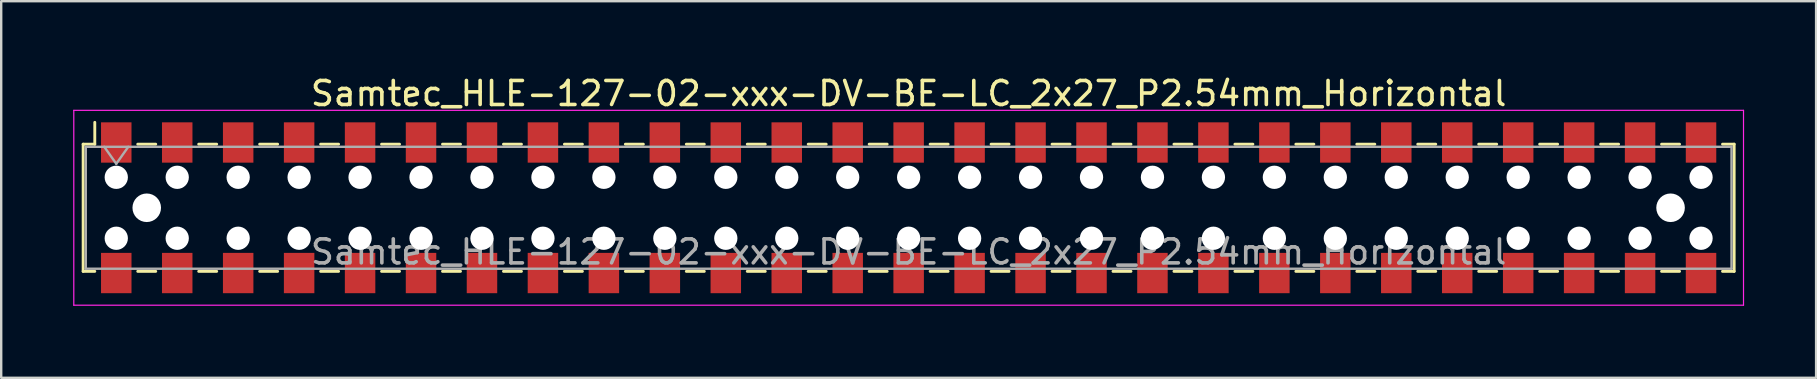
<source format=kicad_pcb>
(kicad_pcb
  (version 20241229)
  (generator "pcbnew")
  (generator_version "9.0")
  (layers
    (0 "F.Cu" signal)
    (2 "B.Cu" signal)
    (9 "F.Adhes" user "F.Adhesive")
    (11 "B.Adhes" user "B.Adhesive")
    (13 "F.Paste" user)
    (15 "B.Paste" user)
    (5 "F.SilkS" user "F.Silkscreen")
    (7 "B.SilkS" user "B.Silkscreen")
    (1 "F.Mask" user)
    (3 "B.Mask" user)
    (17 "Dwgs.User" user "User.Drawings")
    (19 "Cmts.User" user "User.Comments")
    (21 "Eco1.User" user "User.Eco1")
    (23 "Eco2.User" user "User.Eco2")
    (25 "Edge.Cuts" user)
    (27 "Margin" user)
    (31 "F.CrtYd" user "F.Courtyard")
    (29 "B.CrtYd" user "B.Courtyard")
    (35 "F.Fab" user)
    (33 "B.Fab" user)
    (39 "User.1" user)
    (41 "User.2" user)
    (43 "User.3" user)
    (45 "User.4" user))
  (footprint "Samtec_HLE-127-02-xxx-DV-BE-LC_2x27_P2.54mm_Horizontal"
    (layer "F.Cu")
    (at 34.815 5.608)
    (property "Reference" "Samtec_HLE-127-02-xxx-DV-BE-LC_2x27_P2.54mm_Horizontal" (at 0 -4.76 0) (layer "F.SilkS") (effects (font (size 1 1) (thickness 0.15))))
    (attr smd)
    (fp_line (start -34.4 -2.65) (end -34.4 2.65) (stroke (width 0.12) (type solid)) (layer "F.SilkS"))
    (fp_line (start -34.4 2.65) (end -33.915 2.65) (stroke (width 0.12) (type solid)) (layer "F.SilkS"))
    (fp_line (start -33.915 -3.56) (end -33.915 -2.65) (stroke (width 0.12) (type solid)) (layer "F.SilkS"))
    (fp_line (start -33.915 -2.65) (end -34.4 -2.65) (stroke (width 0.12) (type solid)) (layer "F.SilkS"))
    (fp_line (start -32.125 -2.65) (end -31.375 -2.65) (stroke (width 0.12) (type solid)) (layer "F.SilkS"))
    (fp_line (start -32.125 2.65) (end -31.375 2.65) (stroke (width 0.12) (type solid)) (layer "F.SilkS"))
    (fp_line (start -29.585 -2.65) (end -28.835 -2.65) (stroke (width 0.12) (type solid)) (layer "F.SilkS"))
    (fp_line (start -29.585 2.65) (end -28.835 2.65) (stroke (width 0.12) (type solid)) (layer "F.SilkS"))
    (fp_line (start -27.045 -2.65) (end -26.295 -2.65) (stroke (width 0.12) (type solid)) (layer "F.SilkS"))
    (fp_line (start -27.045 2.65) (end -26.295 2.65) (stroke (width 0.12) (type solid)) (layer "F.SilkS"))
    (fp_line (start -24.505 -2.65) (end -23.755 -2.65) (stroke (width 0.12) (type solid)) (layer "F.SilkS"))
    (fp_line (start -24.505 2.65) (end -23.755 2.65) (stroke (width 0.12) (type solid)) (layer "F.SilkS"))
    (fp_line (start -21.965 -2.65) (end -21.215 -2.65) (stroke (width 0.12) (type solid)) (layer "F.SilkS"))
    (fp_line (start -21.965 2.65) (end -21.215 2.65) (stroke (width 0.12) (type solid)) (layer "F.SilkS"))
    (fp_line (start -19.425 -2.65) (end -18.675 -2.65) (stroke (width 0.12) (type solid)) (layer "F.SilkS"))
    (fp_line (start -19.425 2.65) (end -18.675 2.65) (stroke (width 0.12) (type solid)) (layer "F.SilkS"))
    (fp_line (start -16.885 -2.65) (end -16.135 -2.65) (stroke (width 0.12) (type solid)) (layer "F.SilkS"))
    (fp_line (start -16.885 2.65) (end -16.135 2.65) (stroke (width 0.12) (type solid)) (layer "F.SilkS"))
    (fp_line (start -14.345 -2.65) (end -13.595 -2.65) (stroke (width 0.12) (type solid)) (layer "F.SilkS"))
    (fp_line (start -14.345 2.65) (end -13.595 2.65) (stroke (width 0.12) (type solid)) (layer "F.SilkS"))
    (fp_line (start -11.805 -2.65) (end -11.055 -2.65) (stroke (width 0.12) (type solid)) (layer "F.SilkS"))
    (fp_line (start -11.805 2.65) (end -11.055 2.65) (stroke (width 0.12) (type solid)) (layer "F.SilkS"))
    (fp_line (start -9.265 -2.65) (end -8.515 -2.65) (stroke (width 0.12) (type solid)) (layer "F.SilkS"))
    (fp_line (start -9.265 2.65) (end -8.515 2.65) (stroke (width 0.12) (type solid)) (layer "F.SilkS"))
    (fp_line (start -6.725 -2.65) (end -5.975 -2.65) (stroke (width 0.12) (type solid)) (layer "F.SilkS"))
    (fp_line (start -6.725 2.65) (end -5.975 2.65) (stroke (width 0.12) (type solid)) (layer "F.SilkS"))
    (fp_line (start -4.185 -2.65) (end -3.435 -2.65) (stroke (width 0.12) (type solid)) (layer "F.SilkS"))
    (fp_line (start -4.185 2.65) (end -3.435 2.65) (stroke (width 0.12) (type solid)) (layer "F.SilkS"))
    (fp_line (start -1.645 -2.65) (end -0.895 -2.65) (stroke (width 0.12) (type solid)) (layer "F.SilkS"))
    (fp_line (start -1.645 2.65) (end -0.895 2.65) (stroke (width 0.12) (type solid)) (layer "F.SilkS"))
    (fp_line (start 0.895 -2.65) (end 1.645 -2.65) (stroke (width 0.12) (type solid)) (layer "F.SilkS"))
    (fp_line (start 0.895 2.65) (end 1.645 2.65) (stroke (width 0.12) (type solid)) (layer "F.SilkS"))
    (fp_line (start 3.435 -2.65) (end 4.185 -2.65) (stroke (width 0.12) (type solid)) (layer "F.SilkS"))
    (fp_line (start 3.435 2.65) (end 4.185 2.65) (stroke (width 0.12) (type solid)) (layer "F.SilkS"))
    (fp_line (start 5.975 -2.65) (end 6.725 -2.65) (stroke (width 0.12) (type solid)) (layer "F.SilkS"))
    (fp_line (start 5.975 2.65) (end 6.725 2.65) (stroke (width 0.12) (type solid)) (layer "F.SilkS"))
    (fp_line (start 8.515 -2.65) (end 9.265 -2.65) (stroke (width 0.12) (type solid)) (layer "F.SilkS"))
    (fp_line (start 8.515 2.65) (end 9.265 2.65) (stroke (width 0.12) (type solid)) (layer "F.SilkS"))
    (fp_line (start 11.055 -2.65) (end 11.805 -2.65) (stroke (width 0.12) (type solid)) (layer "F.SilkS"))
    (fp_line (start 11.055 2.65) (end 11.805 2.65) (stroke (width 0.12) (type solid)) (layer "F.SilkS"))
    (fp_line (start 13.595 -2.65) (end 14.345 -2.65) (stroke (width 0.12) (type solid)) (layer "F.SilkS"))
    (fp_line (start 13.595 2.65) (end 14.345 2.65) (stroke (width 0.12) (type solid)) (layer "F.SilkS"))
    (fp_line (start 16.135 -2.65) (end 16.885 -2.65) (stroke (width 0.12) (type solid)) (layer "F.SilkS"))
    (fp_line (start 16.135 2.65) (end 16.885 2.65) (stroke (width 0.12) (type solid)) (layer "F.SilkS"))
    (fp_line (start 18.675 -2.65) (end 19.425 -2.65) (stroke (width 0.12) (type solid)) (layer "F.SilkS"))
    (fp_line (start 18.675 2.65) (end 19.425 2.65) (stroke (width 0.12) (type solid)) (layer "F.SilkS"))
    (fp_line (start 21.215 -2.65) (end 21.965 -2.65) (stroke (width 0.12) (type solid)) (layer "F.SilkS"))
    (fp_line (start 21.215 2.65) (end 21.965 2.65) (stroke (width 0.12) (type solid)) (layer "F.SilkS"))
    (fp_line (start 23.755 -2.65) (end 24.505 -2.65) (stroke (width 0.12) (type solid)) (layer "F.SilkS"))
    (fp_line (start 23.755 2.65) (end 24.505 2.65) (stroke (width 0.12) (type solid)) (layer "F.SilkS"))
    (fp_line (start 26.295 -2.65) (end 27.045 -2.65) (stroke (width 0.12) (type solid)) (layer "F.SilkS"))
    (fp_line (start 26.295 2.65) (end 27.045 2.65) (stroke (width 0.12) (type solid)) (layer "F.SilkS"))
    (fp_line (start 28.835 -2.65) (end 29.585 -2.65) (stroke (width 0.12) (type solid)) (layer "F.SilkS"))
    (fp_line (start 28.835 2.65) (end 29.585 2.65) (stroke (width 0.12) (type solid)) (layer "F.SilkS"))
    (fp_line (start 31.375 -2.65) (end 32.125 -2.65) (stroke (width 0.12) (type solid)) (layer "F.SilkS"))
    (fp_line (start 31.375 2.65) (end 32.125 2.65) (stroke (width 0.12) (type solid)) (layer "F.SilkS"))
    (fp_line (start 33.915 -2.65) (end 34.4 -2.65) (stroke (width 0.12) (type solid)) (layer "F.SilkS"))
    (fp_line (start 34.4 -2.65) (end 34.4 2.65) (stroke (width 0.12) (type solid)) (layer "F.SilkS"))
    (fp_line (start 34.4 2.65) (end 33.915 2.65) (stroke (width 0.12) (type solid)) (layer "F.SilkS"))
    (fp_line (start -34.79 -4.06) (end 34.79 -4.06) (stroke (width 0.05) (type solid)) (layer "F.CrtYd"))
    (fp_line (start -34.79 4.06) (end -34.79 -4.06) (stroke (width 0.05) (type solid)) (layer "F.CrtYd"))
    (fp_line (start 34.79 -4.06) (end 34.79 4.06) (stroke (width 0.05) (type solid)) (layer "F.CrtYd"))
    (fp_line (start 34.79 4.06) (end -34.79 4.06) (stroke (width 0.05) (type solid)) (layer "F.CrtYd"))
    (fp_line (start -34.29 -2.54) (end 34.29 -2.54) (stroke (width 0.1) (type solid)) (layer "F.Fab"))
    (fp_line (start -34.29 2.54) (end -34.29 -2.54) (stroke (width 0.1) (type solid)) (layer "F.Fab"))
    (fp_line (start -33.52 -2.54) (end -33.02 -1.833) (stroke (width 0.1) (type solid)) (layer "F.Fab"))
    (fp_line (start -33.02 -1.833) (end -32.52 -2.54) (stroke (width 0.1) (type solid)) (layer "F.Fab"))
    (fp_line (start 34.29 -2.54) (end 34.29 2.54) (stroke (width 0.1) (type solid)) (layer "F.Fab"))
    (fp_line (start 34.29 2.54) (end -34.29 2.54) (stroke (width 0.1) (type solid)) (layer "F.Fab"))
    (fp_text user "${REFERENCE}" (at 0 1.84 0) (layer "F.Fab") (effects (font (size 1 1) (thickness 0.15))))
    (pad "" np_thru_hole circle (at -33.02 -1.27) (size 0.97 0.97) (drill 0.97) (layers "*.Cu" "*.Mask"))
    (pad "" np_thru_hole circle (at -33.02 1.27) (size 0.97 0.97) (drill 0.97) (layers "*.Cu" "*.Mask"))
    (pad "" np_thru_hole circle (at -31.75 0) (size 1.19 1.19) (drill 1.19) (layers "*.Cu" "*.Mask"))
    (pad "" np_thru_hole circle (at -30.48 -1.27) (size 0.97 0.97) (drill 0.97) (layers "*.Cu" "*.Mask"))
    (pad "" np_thru_hole circle (at -30.48 1.27) (size 0.97 0.97) (drill 0.97) (layers "*.Cu" "*.Mask"))
    (pad "" np_thru_hole circle (at -27.94 -1.27) (size 0.97 0.97) (drill 0.97) (layers "*.Cu" "*.Mask"))
    (pad "" np_thru_hole circle (at -27.94 1.27) (size 0.97 0.97) (drill 0.97) (layers "*.Cu" "*.Mask"))
    (pad "" np_thru_hole circle (at -25.4 -1.27) (size 0.97 0.97) (drill 0.97) (layers "*.Cu" "*.Mask"))
    (pad "" np_thru_hole circle (at -25.4 1.27) (size 0.97 0.97) (drill 0.97) (layers "*.Cu" "*.Mask"))
    (pad "" np_thru_hole circle (at -22.86 -1.27) (size 0.97 0.97) (drill 0.97) (layers "*.Cu" "*.Mask"))
    (pad "" np_thru_hole circle (at -22.86 1.27) (size 0.97 0.97) (drill 0.97) (layers "*.Cu" "*.Mask"))
    (pad "" np_thru_hole circle (at -20.32 -1.27) (size 0.97 0.97) (drill 0.97) (layers "*.Cu" "*.Mask"))
    (pad "" np_thru_hole circle (at -20.32 1.27) (size 0.97 0.97) (drill 0.97) (layers "*.Cu" "*.Mask"))
    (pad "" np_thru_hole circle (at -17.78 -1.27) (size 0.97 0.97) (drill 0.97) (layers "*.Cu" "*.Mask"))
    (pad "" np_thru_hole circle (at -17.78 1.27) (size 0.97 0.97) (drill 0.97) (layers "*.Cu" "*.Mask"))
    (pad "" np_thru_hole circle (at -15.24 -1.27) (size 0.97 0.97) (drill 0.97) (layers "*.Cu" "*.Mask"))
    (pad "" np_thru_hole circle (at -15.24 1.27) (size 0.97 0.97) (drill 0.97) (layers "*.Cu" "*.Mask"))
    (pad "" np_thru_hole circle (at -12.7 -1.27) (size 0.97 0.97) (drill 0.97) (layers "*.Cu" "*.Mask"))
    (pad "" np_thru_hole circle (at -12.7 1.27) (size 0.97 0.97) (drill 0.97) (layers "*.Cu" "*.Mask"))
    (pad "" np_thru_hole circle (at -10.16 -1.27) (size 0.97 0.97) (drill 0.97) (layers "*.Cu" "*.Mask"))
    (pad "" np_thru_hole circle (at -10.16 1.27) (size 0.97 0.97) (drill 0.97) (layers "*.Cu" "*.Mask"))
    (pad "" np_thru_hole circle (at -7.62 -1.27) (size 0.97 0.97) (drill 0.97) (layers "*.Cu" "*.Mask"))
    (pad "" np_thru_hole circle (at -7.62 1.27) (size 0.97 0.97) (drill 0.97) (layers "*.Cu" "*.Mask"))
    (pad "" np_thru_hole circle (at -5.08 -1.27) (size 0.97 0.97) (drill 0.97) (layers "*.Cu" "*.Mask"))
    (pad "" np_thru_hole circle (at -5.08 1.27) (size 0.97 0.97) (drill 0.97) (layers "*.Cu" "*.Mask"))
    (pad "" np_thru_hole circle (at -2.54 -1.27) (size 0.97 0.97) (drill 0.97) (layers "*.Cu" "*.Mask"))
    (pad "" np_thru_hole circle (at -2.54 1.27) (size 0.97 0.97) (drill 0.97) (layers "*.Cu" "*.Mask"))
    (pad "" np_thru_hole circle (at 0 -1.27) (size 0.97 0.97) (drill 0.97) (layers "*.Cu" "*.Mask"))
    (pad "" np_thru_hole circle (at 0 1.27) (size 0.97 0.97) (drill 0.97) (layers "*.Cu" "*.Mask"))
    (pad "" np_thru_hole circle (at 2.54 -1.27) (size 0.97 0.97) (drill 0.97) (layers "*.Cu" "*.Mask"))
    (pad "" np_thru_hole circle (at 2.54 1.27) (size 0.97 0.97) (drill 0.97) (layers "*.Cu" "*.Mask"))
    (pad "" np_thru_hole circle (at 5.08 -1.27) (size 0.97 0.97) (drill 0.97) (layers "*.Cu" "*.Mask"))
    (pad "" np_thru_hole circle (at 5.08 1.27) (size 0.97 0.97) (drill 0.97) (layers "*.Cu" "*.Mask"))
    (pad "" np_thru_hole circle (at 7.62 -1.27) (size 0.97 0.97) (drill 0.97) (layers "*.Cu" "*.Mask"))
    (pad "" np_thru_hole circle (at 7.62 1.27) (size 0.97 0.97) (drill 0.97) (layers "*.Cu" "*.Mask"))
    (pad "" np_thru_hole circle (at 10.16 -1.27) (size 0.97 0.97) (drill 0.97) (layers "*.Cu" "*.Mask"))
    (pad "" np_thru_hole circle (at 10.16 1.27) (size 0.97 0.97) (drill 0.97) (layers "*.Cu" "*.Mask"))
    (pad "" np_thru_hole circle (at 12.7 -1.27) (size 0.97 0.97) (drill 0.97) (layers "*.Cu" "*.Mask"))
    (pad "" np_thru_hole circle (at 12.7 1.27) (size 0.97 0.97) (drill 0.97) (layers "*.Cu" "*.Mask"))
    (pad "" np_thru_hole circle (at 15.24 -1.27) (size 0.97 0.97) (drill 0.97) (layers "*.Cu" "*.Mask"))
    (pad "" np_thru_hole circle (at 15.24 1.27) (size 0.97 0.97) (drill 0.97) (layers "*.Cu" "*.Mask"))
    (pad "" np_thru_hole circle (at 17.78 -1.27) (size 0.97 0.97) (drill 0.97) (layers "*.Cu" "*.Mask"))
    (pad "" np_thru_hole circle (at 17.78 1.27) (size 0.97 0.97) (drill 0.97) (layers "*.Cu" "*.Mask"))
    (pad "" np_thru_hole circle (at 20.32 -1.27) (size 0.97 0.97) (drill 0.97) (layers "*.Cu" "*.Mask"))
    (pad "" np_thru_hole circle (at 20.32 1.27) (size 0.97 0.97) (drill 0.97) (layers "*.Cu" "*.Mask"))
    (pad "" np_thru_hole circle (at 22.86 -1.27) (size 0.97 0.97) (drill 0.97) (layers "*.Cu" "*.Mask"))
    (pad "" np_thru_hole circle (at 22.86 1.27) (size 0.97 0.97) (drill 0.97) (layers "*.Cu" "*.Mask"))
    (pad "" np_thru_hole circle (at 25.4 -1.27) (size 0.97 0.97) (drill 0.97) (layers "*.Cu" "*.Mask"))
    (pad "" np_thru_hole circle (at 25.4 1.27) (size 0.97 0.97) (drill 0.97) (layers "*.Cu" "*.Mask"))
    (pad "" np_thru_hole circle (at 27.94 -1.27) (size 0.97 0.97) (drill 0.97) (layers "*.Cu" "*.Mask"))
    (pad "" np_thru_hole circle (at 27.94 1.27) (size 0.97 0.97) (drill 0.97) (layers "*.Cu" "*.Mask"))
    (pad "" np_thru_hole circle (at 30.48 -1.27) (size 0.97 0.97) (drill 0.97) (layers "*.Cu" "*.Mask"))
    (pad "" np_thru_hole circle (at 30.48 1.27) (size 0.97 0.97) (drill 0.97) (layers "*.Cu" "*.Mask"))
    (pad "" np_thru_hole circle (at 31.75 0) (size 1.19 1.19) (drill 1.19) (layers "*.Cu" "*.Mask"))
    (pad "" np_thru_hole circle (at 33.02 -1.27) (size 0.97 0.97) (drill 0.97) (layers "*.Cu" "*.Mask"))
    (pad "" np_thru_hole circle (at 33.02 1.27) (size 0.97 0.97) (drill 0.97) (layers "*.Cu" "*.Mask"))
    (pad "1" smd rect (at -33.02 -2.72) (size 1.27 1.68) (layers "F.Cu" "F.Mask" "F.Paste"))
    (pad "2" smd rect (at -33.02 2.72) (size 1.27 1.68) (layers "F.Cu" "F.Mask" "F.Paste"))
    (pad "3" smd rect (at -30.48 -2.72) (size 1.27 1.68) (layers "F.Cu" "F.Mask" "F.Paste"))
    (pad "4" smd rect (at -30.48 2.72) (size 1.27 1.68) (layers "F.Cu" "F.Mask" "F.Paste"))
    (pad "5" smd rect (at -27.94 -2.72) (size 1.27 1.68) (layers "F.Cu" "F.Mask" "F.Paste"))
    (pad "6" smd rect (at -27.94 2.72) (size 1.27 1.68) (layers "F.Cu" "F.Mask" "F.Paste"))
    (pad "7" smd rect (at -25.4 -2.72) (size 1.27 1.68) (layers "F.Cu" "F.Mask" "F.Paste"))
    (pad "8" smd rect (at -25.4 2.72) (size 1.27 1.68) (layers "F.Cu" "F.Mask" "F.Paste"))
    (pad "9" smd rect (at -22.86 -2.72) (size 1.27 1.68) (layers "F.Cu" "F.Mask" "F.Paste"))
    (pad "10" smd rect (at -22.86 2.72) (size 1.27 1.68) (layers "F.Cu" "F.Mask" "F.Paste"))
    (pad "11" smd rect (at -20.32 -2.72) (size 1.27 1.68) (layers "F.Cu" "F.Mask" "F.Paste"))
    (pad "12" smd rect (at -20.32 2.72) (size 1.27 1.68) (layers "F.Cu" "F.Mask" "F.Paste"))
    (pad "13" smd rect (at -17.78 -2.72) (size 1.27 1.68) (layers "F.Cu" "F.Mask" "F.Paste"))
    (pad "14" smd rect (at -17.78 2.72) (size 1.27 1.68) (layers "F.Cu" "F.Mask" "F.Paste"))
    (pad "15" smd rect (at -15.24 -2.72) (size 1.27 1.68) (layers "F.Cu" "F.Mask" "F.Paste"))
    (pad "16" smd rect (at -15.24 2.72) (size 1.27 1.68) (layers "F.Cu" "F.Mask" "F.Paste"))
    (pad "17" smd rect (at -12.7 -2.72) (size 1.27 1.68) (layers "F.Cu" "F.Mask" "F.Paste"))
    (pad "18" smd rect (at -12.7 2.72) (size 1.27 1.68) (layers "F.Cu" "F.Mask" "F.Paste"))
    (pad "19" smd rect (at -10.16 -2.72) (size 1.27 1.68) (layers "F.Cu" "F.Mask" "F.Paste"))
    (pad "20" smd rect (at -10.16 2.72) (size 1.27 1.68) (layers "F.Cu" "F.Mask" "F.Paste"))
    (pad "21" smd rect (at -7.62 -2.72) (size 1.27 1.68) (layers "F.Cu" "F.Mask" "F.Paste"))
    (pad "22" smd rect (at -7.62 2.72) (size 1.27 1.68) (layers "F.Cu" "F.Mask" "F.Paste"))
    (pad "23" smd rect (at -5.08 -2.72) (size 1.27 1.68) (layers "F.Cu" "F.Mask" "F.Paste"))
    (pad "24" smd rect (at -5.08 2.72) (size 1.27 1.68) (layers "F.Cu" "F.Mask" "F.Paste"))
    (pad "25" smd rect (at -2.54 -2.72) (size 1.27 1.68) (layers "F.Cu" "F.Mask" "F.Paste"))
    (pad "26" smd rect (at -2.54 2.72) (size 1.27 1.68) (layers "F.Cu" "F.Mask" "F.Paste"))
    (pad "27" smd rect (at 0 -2.72) (size 1.27 1.68) (layers "F.Cu" "F.Mask" "F.Paste"))
    (pad "28" smd rect (at 0 2.72) (size 1.27 1.68) (layers "F.Cu" "F.Mask" "F.Paste"))
    (pad "29" smd rect (at 2.54 -2.72) (size 1.27 1.68) (layers "F.Cu" "F.Mask" "F.Paste"))
    (pad "30" smd rect (at 2.54 2.72) (size 1.27 1.68) (layers "F.Cu" "F.Mask" "F.Paste"))
    (pad "31" smd rect (at 5.08 -2.72) (size 1.27 1.68) (layers "F.Cu" "F.Mask" "F.Paste"))
    (pad "32" smd rect (at 5.08 2.72) (size 1.27 1.68) (layers "F.Cu" "F.Mask" "F.Paste"))
    (pad "33" smd rect (at 7.62 -2.72) (size 1.27 1.68) (layers "F.Cu" "F.Mask" "F.Paste"))
    (pad "34" smd rect (at 7.62 2.72) (size 1.27 1.68) (layers "F.Cu" "F.Mask" "F.Paste"))
    (pad "35" smd rect (at 10.16 -2.72) (size 1.27 1.68) (layers "F.Cu" "F.Mask" "F.Paste"))
    (pad "36" smd rect (at 10.16 2.72) (size 1.27 1.68) (layers "F.Cu" "F.Mask" "F.Paste"))
    (pad "37" smd rect (at 12.7 -2.72) (size 1.27 1.68) (layers "F.Cu" "F.Mask" "F.Paste"))
    (pad "38" smd rect (at 12.7 2.72) (size 1.27 1.68) (layers "F.Cu" "F.Mask" "F.Paste"))
    (pad "39" smd rect (at 15.24 -2.72) (size 1.27 1.68) (layers "F.Cu" "F.Mask" "F.Paste"))
    (pad "40" smd rect (at 15.24 2.72) (size 1.27 1.68) (layers "F.Cu" "F.Mask" "F.Paste"))
    (pad "41" smd rect (at 17.78 -2.72) (size 1.27 1.68) (layers "F.Cu" "F.Mask" "F.Paste"))
    (pad "42" smd rect (at 17.78 2.72) (size 1.27 1.68) (layers "F.Cu" "F.Mask" "F.Paste"))
    (pad "43" smd rect (at 20.32 -2.72) (size 1.27 1.68) (layers "F.Cu" "F.Mask" "F.Paste"))
    (pad "44" smd rect (at 20.32 2.72) (size 1.27 1.68) (layers "F.Cu" "F.Mask" "F.Paste"))
    (pad "45" smd rect (at 22.86 -2.72) (size 1.27 1.68) (layers "F.Cu" "F.Mask" "F.Paste"))
    (pad "46" smd rect (at 22.86 2.72) (size 1.27 1.68) (layers "F.Cu" "F.Mask" "F.Paste"))
    (pad "47" smd rect (at 25.4 -2.72) (size 1.27 1.68) (layers "F.Cu" "F.Mask" "F.Paste"))
    (pad "48" smd rect (at 25.4 2.72) (size 1.27 1.68) (layers "F.Cu" "F.Mask" "F.Paste"))
    (pad "49" smd rect (at 27.94 -2.72) (size 1.27 1.68) (layers "F.Cu" "F.Mask" "F.Paste"))
    (pad "50" smd rect (at 27.94 2.72) (size 1.27 1.68) (layers "F.Cu" "F.Mask" "F.Paste"))
    (pad "51" smd rect (at 30.48 -2.72) (size 1.27 1.68) (layers "F.Cu" "F.Mask" "F.Paste"))
    (pad "52" smd rect (at 30.48 2.72) (size 1.27 1.68) (layers "F.Cu" "F.Mask" "F.Paste"))
    (pad "53" smd rect (at 33.02 -2.72) (size 1.27 1.68) (layers "F.Cu" "F.Mask" "F.Paste"))
    (pad "54" smd rect (at 33.02 2.72) (size 1.27 1.68) (layers "F.Cu" "F.Mask" "F.Paste")))
  (gr_rect
    (start -3 -3)
    (end 72.63 12.693)
    (stroke (width 0.1) (type default))
    (fill no)
    (layer "Edge.Cuts")))
</source>
